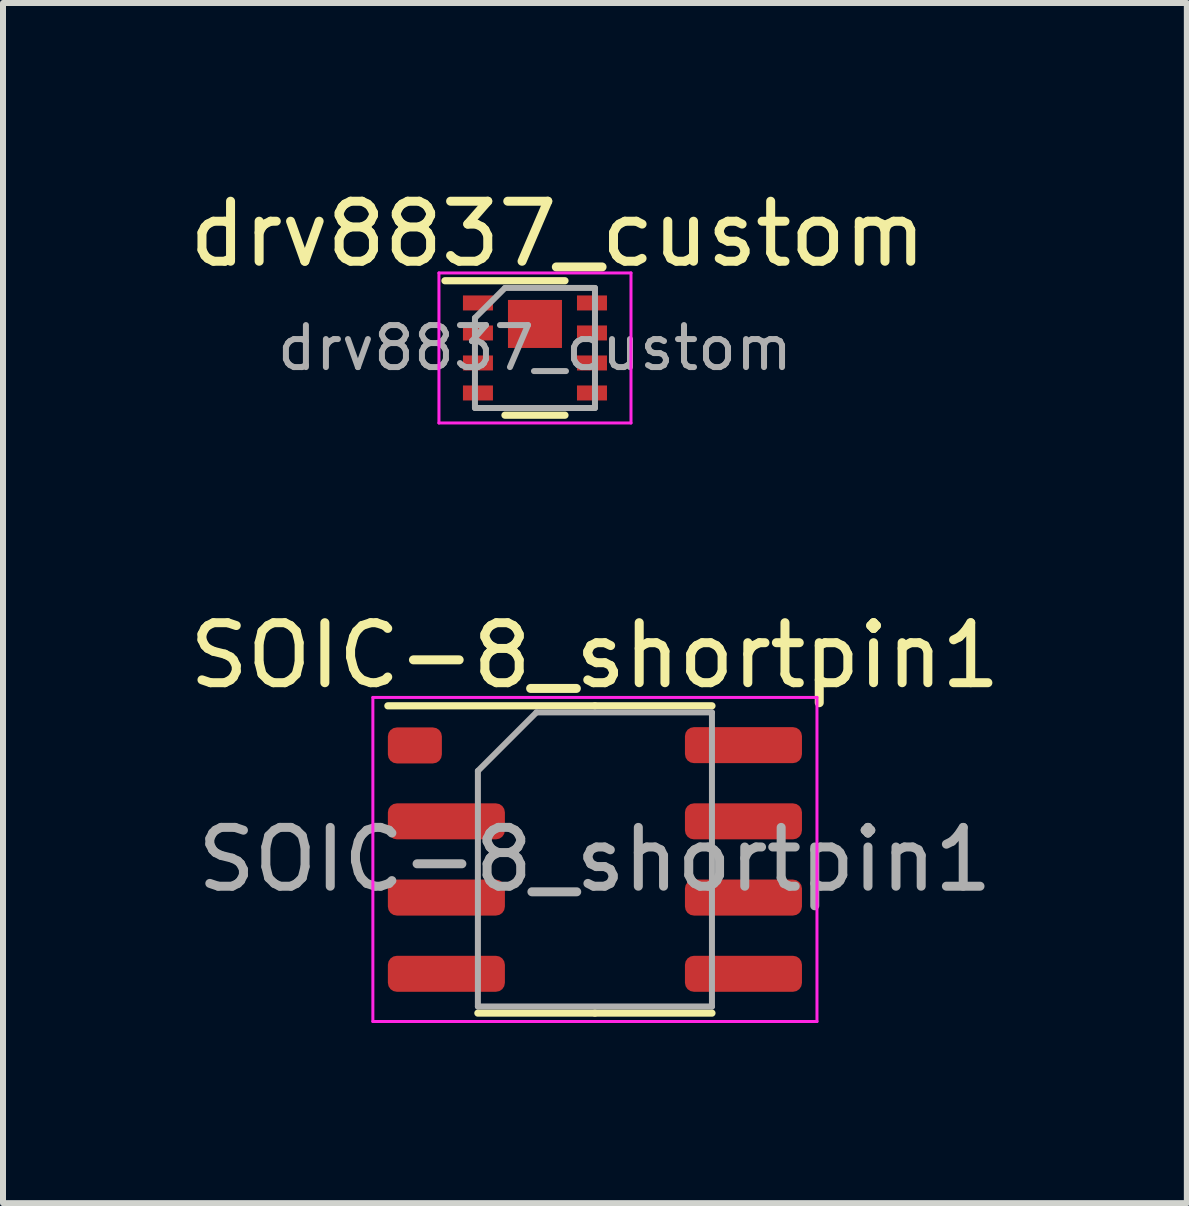
<source format=kicad_pcb>
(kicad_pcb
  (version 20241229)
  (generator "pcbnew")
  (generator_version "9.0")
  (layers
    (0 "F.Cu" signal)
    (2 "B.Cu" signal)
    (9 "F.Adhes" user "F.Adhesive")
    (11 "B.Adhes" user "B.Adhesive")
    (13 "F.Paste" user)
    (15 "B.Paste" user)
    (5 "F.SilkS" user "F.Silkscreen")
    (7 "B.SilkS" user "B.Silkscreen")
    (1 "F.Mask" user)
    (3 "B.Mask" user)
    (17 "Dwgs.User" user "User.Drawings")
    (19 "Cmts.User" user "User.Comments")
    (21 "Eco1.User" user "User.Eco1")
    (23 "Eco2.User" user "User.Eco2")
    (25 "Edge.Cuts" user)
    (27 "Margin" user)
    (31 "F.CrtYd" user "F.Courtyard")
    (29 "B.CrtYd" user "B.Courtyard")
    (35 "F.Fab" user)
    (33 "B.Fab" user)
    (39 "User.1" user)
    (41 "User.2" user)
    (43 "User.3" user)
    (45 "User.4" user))
  (footprint "SOIC-8_shortpin1"
    (layer "F.Cu")
    (at 6.863 11.271)
    (property "Reference" "SOIC-8_shortpin1" (at 0 -3.4 0) (layer "F.SilkS") (effects (font (size 1 1) (thickness 0.15))))
    (attr smd)
    (fp_line (start 0 -2.56) (end -3.45 -2.56) (stroke (width 0.12) (type solid)) (layer "F.SilkS"))
    (fp_line (start 0 -2.56) (end 1.95 -2.56) (stroke (width 0.12) (type solid)) (layer "F.SilkS"))
    (fp_line (start 0 2.56) (end -1.95 2.56) (stroke (width 0.12) (type solid)) (layer "F.SilkS"))
    (fp_line (start 0 2.56) (end 1.95 2.56) (stroke (width 0.12) (type solid)) (layer "F.SilkS"))
    (fp_line (start -3.7 -2.7) (end -3.7 2.7) (stroke (width 0.05) (type solid)) (layer "F.CrtYd"))
    (fp_line (start -3.7 2.7) (end 3.7 2.7) (stroke (width 0.05) (type solid)) (layer "F.CrtYd"))
    (fp_line (start 3.7 -2.7) (end -3.7 -2.7) (stroke (width 0.05) (type solid)) (layer "F.CrtYd"))
    (fp_line (start 3.7 2.7) (end 3.7 -2.7) (stroke (width 0.05) (type solid)) (layer "F.CrtYd"))
    (fp_line (start -1.95 -1.475) (end -0.975 -2.45) (stroke (width 0.1) (type solid)) (layer "F.Fab"))
    (fp_line (start -1.95 2.45) (end -1.95 -1.475) (stroke (width 0.1) (type solid)) (layer "F.Fab"))
    (fp_line (start -0.975 -2.45) (end 1.95 -2.45) (stroke (width 0.1) (type solid)) (layer "F.Fab"))
    (fp_line (start 1.95 -2.45) (end 1.95 2.45) (stroke (width 0.1) (type solid)) (layer "F.Fab"))
    (fp_line (start 1.95 2.45) (end -1.95 2.45) (stroke (width 0.1) (type solid)) (layer "F.Fab"))
    (fp_text user "${REFERENCE}" (at 0 0 0) (layer "F.Fab") (effects (font (size 0.98 0.98) (thickness 0.15))))
    (pad "1" smd roundrect (at -3 -1.9) (size 0.9 0.6) (layers "F.Cu" "F.Mask" "F.Paste") (roundrect_rratio 0.25))
    (pad "2" smd roundrect (at -2.475 -0.635) (size 1.95 0.6) (layers "F.Cu" "F.Mask" "F.Paste") (roundrect_rratio 0.25))
    (pad "3" smd roundrect (at -2.475 0.635) (size 1.95 0.6) (layers "F.Cu" "F.Mask" "F.Paste") (roundrect_rratio 0.25))
    (pad "4" smd roundrect (at -2.475 1.905) (size 1.95 0.6) (layers "F.Cu" "F.Mask" "F.Paste") (roundrect_rratio 0.25))
    (pad "5" smd roundrect (at 2.475 1.905) (size 1.95 0.6) (layers "F.Cu" "F.Mask" "F.Paste") (roundrect_rratio 0.25))
    (pad "6" smd roundrect (at 2.475 0.635) (size 1.95 0.6) (layers "F.Cu" "F.Mask" "F.Paste") (roundrect_rratio 0.25))
    (pad "7" smd roundrect (at 2.475 -0.635) (size 1.95 0.6) (layers "F.Cu" "F.Mask" "F.Paste") (roundrect_rratio 0.25))
    (pad "8" smd roundrect (at 2.475 -1.905) (size 1.95 0.6) (layers "F.Cu" "F.Mask" "F.Paste") (roundrect_rratio 0.25)))
  (footprint "drv8837_custom"
    (layer "F.Cu")
    (at 5.864 2.748)
    (property "Reference" "drv8837_custom" (at 0.38 -1.9 0) (layer "F.SilkS") (effects (font (size 1 1) (thickness 0.15))))
    (attr smd)
    (fp_line (start -1.5 -1.12) (end 0.5 -1.12) (stroke (width 0.12) (type solid)) (layer "F.SilkS"))
    (fp_line (start 0.5 1.12) (end -0.5 1.12) (stroke (width 0.12) (type solid)) (layer "F.SilkS"))
    (fp_line (start -1.6 -1.25) (end -1.6 1.25) (stroke (width 0.05) (type solid)) (layer "F.CrtYd"))
    (fp_line (start -1.6 -1.25) (end 1.6 -1.25) (stroke (width 0.05) (type solid)) (layer "F.CrtYd"))
    (fp_line (start -1.6 1.25) (end 1.6 1.25) (stroke (width 0.05) (type solid)) (layer "F.CrtYd"))
    (fp_line (start 1.6 -1.25) (end 1.6 1.25) (stroke (width 0.05) (type solid)) (layer "F.CrtYd"))
    (fp_line (start -1 1) (end -1 -0.5) (stroke (width 0.1) (type solid)) (layer "F.Fab"))
    (fp_line (start -0.5 -1) (end -1 -0.5) (stroke (width 0.1) (type solid)) (layer "F.Fab"))
    (fp_line (start -0.5 -1) (end 1 -1) (stroke (width 0.1) (type solid)) (layer "F.Fab"))
    (fp_line (start 1 -1) (end 1 1) (stroke (width 0.1) (type solid)) (layer "F.Fab"))
    (fp_line (start 1 1) (end -1 1) (stroke (width 0.1) (type solid)) (layer "F.Fab"))
    (fp_text user "${REFERENCE}" (at 0 0 0) (layer "F.Fab") (effects (font (size 0.7 0.7) (thickness 0.1))))
    (pad "" smd rect (at 0 -0.4) (size 0.75 0.65) (layers "F.Paste"))
    (pad "1" smd rect (at -0.95 -0.75) (size 0.5 0.25) (layers "F.Cu" "F.Mask" "F.Paste"))
    (pad "2" smd rect (at -0.95 -0.25) (size 0.5 0.25) (layers "F.Cu" "F.Mask" "F.Paste"))
    (pad "3" smd rect (at -0.95 0.25) (size 0.5 0.25) (layers "F.Cu" "F.Mask" "F.Paste"))
    (pad "4" smd rect (at -0.95 0.75) (size 0.5 0.25) (layers "F.Cu" "F.Mask" "F.Paste"))
    (pad "5" smd rect (at 0.95 0.75) (size 0.5 0.25) (layers "F.Cu" "F.Mask" "F.Paste"))
    (pad "6" smd rect (at 0.95 0.25) (size 0.5 0.25) (layers "F.Cu" "F.Mask" "F.Paste"))
    (pad "7" smd rect (at 0.95 -0.25) (size 0.5 0.25) (layers "F.Cu" "F.Mask" "F.Paste"))
    (pad "8" smd rect (at 0.95 -0.75) (size 0.5 0.25) (layers "F.Cu" "F.Mask" "F.Paste"))
    (pad "9" smd rect (at 0 -0.4) (size 0.9 0.8) (layers "F.Cu" "F.Mask")))
  (gr_rect
    (start -3 -3)
    (end 16.726 16.997)
    (stroke (width 0.1) (type default))
    (fill no)
    (layer "Edge.Cuts")))
</source>
